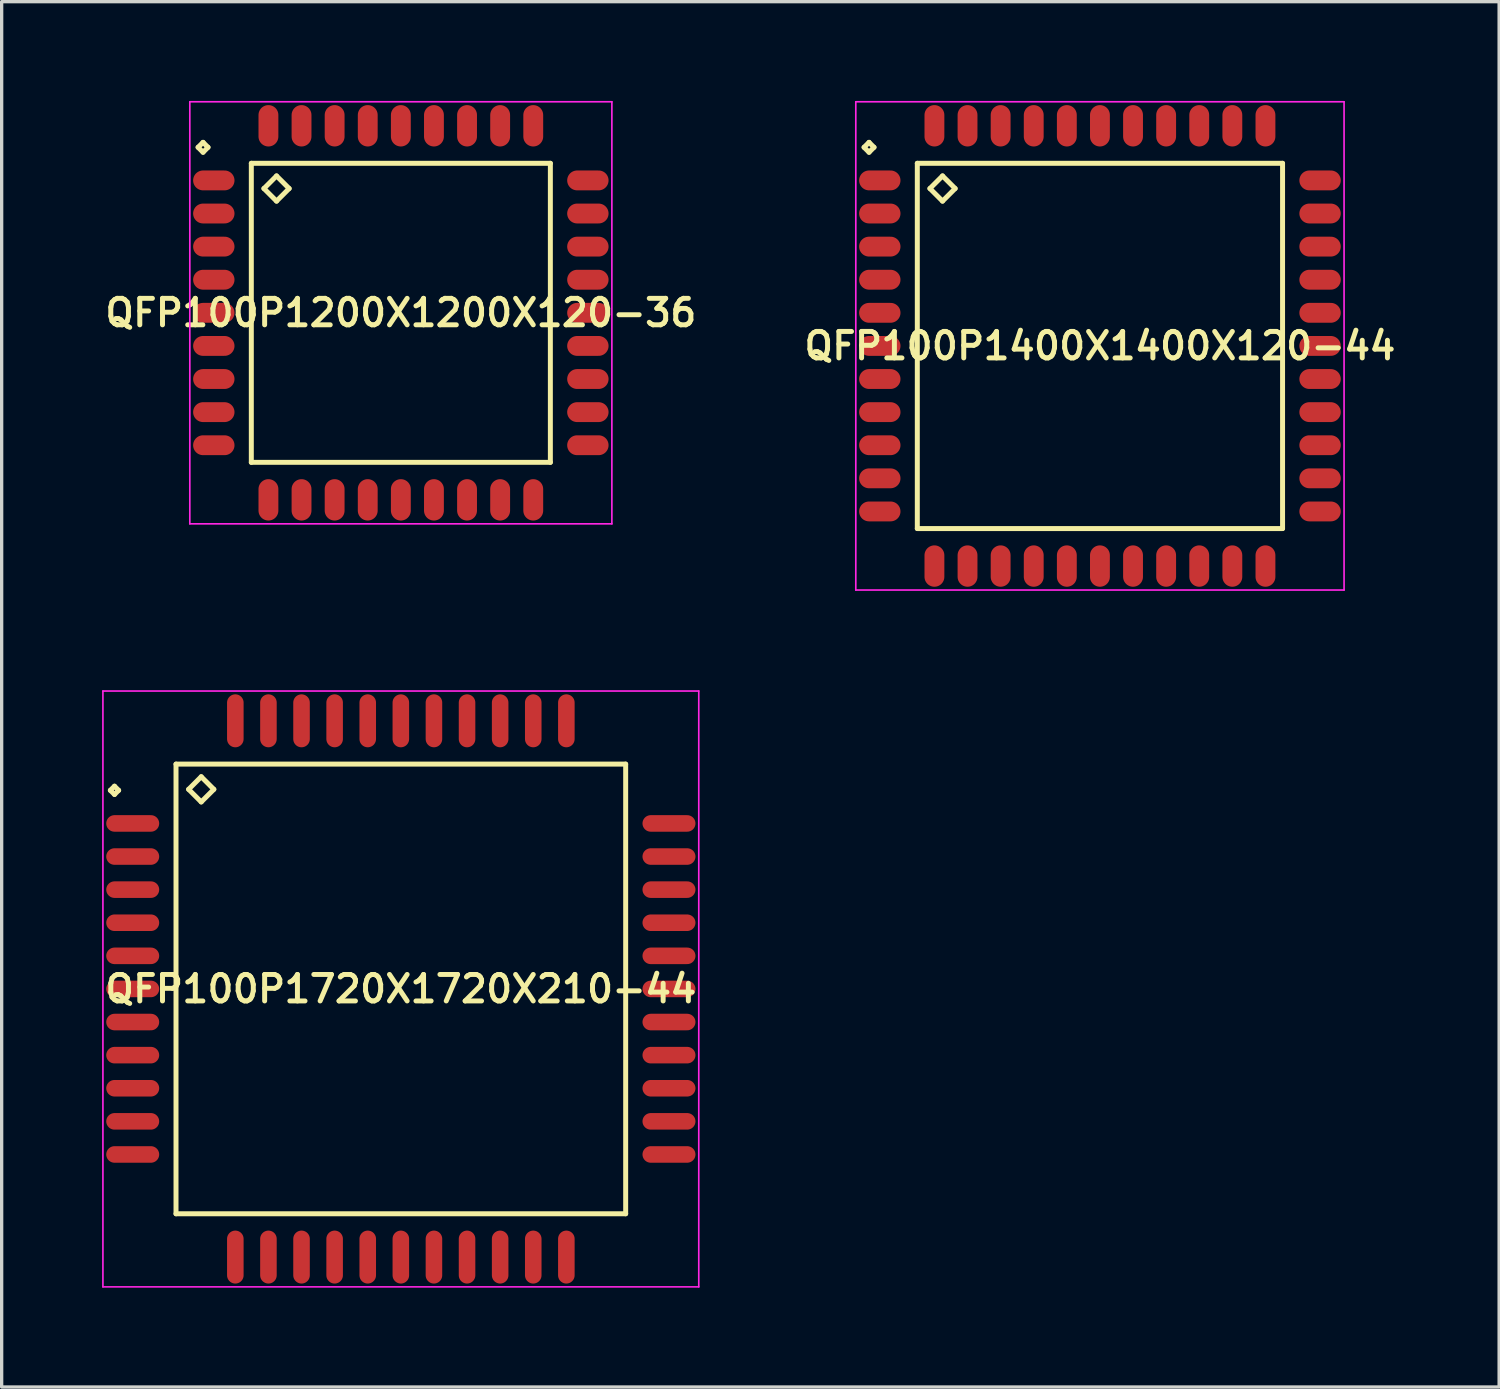
<source format=kicad_pcb>
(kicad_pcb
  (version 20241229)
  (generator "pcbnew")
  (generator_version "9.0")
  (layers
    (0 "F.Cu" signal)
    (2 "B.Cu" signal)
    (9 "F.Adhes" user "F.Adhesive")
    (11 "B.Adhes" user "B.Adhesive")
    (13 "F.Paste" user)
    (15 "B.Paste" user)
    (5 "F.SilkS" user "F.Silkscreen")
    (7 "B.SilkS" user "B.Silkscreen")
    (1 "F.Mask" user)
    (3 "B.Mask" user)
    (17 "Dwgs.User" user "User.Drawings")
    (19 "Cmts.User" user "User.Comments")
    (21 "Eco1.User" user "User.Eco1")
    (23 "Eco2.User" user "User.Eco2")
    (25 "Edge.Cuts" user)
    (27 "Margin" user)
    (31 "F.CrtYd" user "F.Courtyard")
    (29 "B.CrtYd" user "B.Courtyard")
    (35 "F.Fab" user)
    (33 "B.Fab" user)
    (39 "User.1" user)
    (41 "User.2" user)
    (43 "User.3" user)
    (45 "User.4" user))
  (footprint "QFP100P1720X1720X210-44"
    (layer "F.Cu")
    (at 9.059 26.825)
    (property "Reference" "QFP100P1720X1720X210-44" (at 0 0 0) (layer "F.SilkS") (effects (font (size 0.8 0.8) (thickness 0.15))))
    (attr smd)
    (fp_line (start -8.775 -6) (end -8.65 -6.125) (stroke (width 0.15) (type solid)) (layer "F.SilkS"))
    (fp_line (start -8.65 -6.125) (end -8.525 -6) (stroke (width 0.15) (type solid)) (layer "F.SilkS"))
    (fp_line (start -8.65 -5.875) (end -8.775 -6) (stroke (width 0.15) (type solid)) (layer "F.SilkS"))
    (fp_line (start -8.525 -6) (end -8.65 -5.875) (stroke (width 0.15) (type solid)) (layer "F.SilkS"))
    (fp_line (start -6.792 -6.792) (end -6.792 6.792) (stroke (width 0.15) (type solid)) (layer "F.SilkS"))
    (fp_line (start -6.792 6.792) (end 6.792 6.792) (stroke (width 0.15) (type solid)) (layer "F.SilkS"))
    (fp_line (start -6.411 -6.03) (end -6.03 -6.411) (stroke (width 0.15) (type solid)) (layer "F.SilkS"))
    (fp_line (start -6.03 -6.411) (end -5.649 -6.03) (stroke (width 0.15) (type solid)) (layer "F.SilkS"))
    (fp_line (start -6.03 -5.649) (end -6.411 -6.03) (stroke (width 0.15) (type solid)) (layer "F.SilkS"))
    (fp_line (start -5.649 -6.03) (end -6.03 -5.649) (stroke (width 0.15) (type solid)) (layer "F.SilkS"))
    (fp_line (start 6.792 -6.792) (end -6.792 -6.792) (stroke (width 0.15) (type solid)) (layer "F.SilkS"))
    (fp_line (start 6.792 6.792) (end 6.792 -6.792) (stroke (width 0.15) (type solid)) (layer "F.SilkS"))
    (fp_line (start -9 -9) (end 9 -9) (stroke (width 0.05) (type solid)) (layer "F.CrtYd"))
    (fp_line (start -9 9) (end -9 -9) (stroke (width 0.05) (type solid)) (layer "F.CrtYd"))
    (fp_line (start 9 -9) (end 9 9) (stroke (width 0.05) (type solid)) (layer "F.CrtYd"))
    (fp_line (start 9 9) (end -9 9) (stroke (width 0.05) (type solid)) (layer "F.CrtYd"))
    (pad "1" smd oval (at -8.1 -5) (size 1.6 0.5) (layers "F.Cu" "F.Mask" "F.Paste"))
    (pad "2" smd oval (at -8.1 -4) (size 1.6 0.5) (layers "F.Cu" "F.Mask" "F.Paste"))
    (pad "3" smd oval (at -8.1 -3) (size 1.6 0.5) (layers "F.Cu" "F.Mask" "F.Paste"))
    (pad "4" smd oval (at -8.1 -2) (size 1.6 0.5) (layers "F.Cu" "F.Mask" "F.Paste"))
    (pad "5" smd oval (at -8.1 -1) (size 1.6 0.5) (layers "F.Cu" "F.Mask" "F.Paste"))
    (pad "6" smd oval (at -8.1 0) (size 1.6 0.5) (layers "F.Cu" "F.Mask" "F.Paste"))
    (pad "7" smd oval (at -8.1 1) (size 1.6 0.5) (layers "F.Cu" "F.Mask" "F.Paste"))
    (pad "8" smd oval (at -8.1 2) (size 1.6 0.5) (layers "F.Cu" "F.Mask" "F.Paste"))
    (pad "9" smd oval (at -8.1 3) (size 1.6 0.5) (layers "F.Cu" "F.Mask" "F.Paste"))
    (pad "10" smd oval (at -8.1 4) (size 1.6 0.5) (layers "F.Cu" "F.Mask" "F.Paste"))
    (pad "11" smd oval (at -8.1 5) (size 1.6 0.5) (layers "F.Cu" "F.Mask" "F.Paste"))
    (pad "12" smd oval (at -5 8.1) (size 0.5 1.6) (layers "F.Cu" "F.Mask" "F.Paste"))
    (pad "13" smd oval (at -4 8.1) (size 0.5 1.6) (layers "F.Cu" "F.Mask" "F.Paste"))
    (pad "14" smd oval (at -3 8.1) (size 0.5 1.6) (layers "F.Cu" "F.Mask" "F.Paste"))
    (pad "15" smd oval (at -2 8.1) (size 0.5 1.6) (layers "F.Cu" "F.Mask" "F.Paste"))
    (pad "16" smd oval (at -1 8.1) (size 0.5 1.6) (layers "F.Cu" "F.Mask" "F.Paste"))
    (pad "17" smd oval (at 0 8.1) (size 0.5 1.6) (layers "F.Cu" "F.Mask" "F.Paste"))
    (pad "18" smd oval (at 1 8.1) (size 0.5 1.6) (layers "F.Cu" "F.Mask" "F.Paste"))
    (pad "19" smd oval (at 2 8.1) (size 0.5 1.6) (layers "F.Cu" "F.Mask" "F.Paste"))
    (pad "20" smd oval (at 3 8.1) (size 0.5 1.6) (layers "F.Cu" "F.Mask" "F.Paste"))
    (pad "21" smd oval (at 4 8.1) (size 0.5 1.6) (layers "F.Cu" "F.Mask" "F.Paste"))
    (pad "22" smd oval (at 5 8.1) (size 0.5 1.6) (layers "F.Cu" "F.Mask" "F.Paste"))
    (pad "23" smd oval (at 8.1 5) (size 1.6 0.5) (layers "F.Cu" "F.Mask" "F.Paste"))
    (pad "24" smd oval (at 8.1 4) (size 1.6 0.5) (layers "F.Cu" "F.Mask" "F.Paste"))
    (pad "25" smd oval (at 8.1 3) (size 1.6 0.5) (layers "F.Cu" "F.Mask" "F.Paste"))
    (pad "26" smd oval (at 8.1 2) (size 1.6 0.5) (layers "F.Cu" "F.Mask" "F.Paste"))
    (pad "27" smd oval (at 8.1 1) (size 1.6 0.5) (layers "F.Cu" "F.Mask" "F.Paste"))
    (pad "28" smd oval (at 8.1 0) (size 1.6 0.5) (layers "F.Cu" "F.Mask" "F.Paste"))
    (pad "29" smd oval (at 8.1 -1) (size 1.6 0.5) (layers "F.Cu" "F.Mask" "F.Paste"))
    (pad "30" smd oval (at 8.1 -2) (size 1.6 0.5) (layers "F.Cu" "F.Mask" "F.Paste"))
    (pad "31" smd oval (at 8.1 -3) (size 1.6 0.5) (layers "F.Cu" "F.Mask" "F.Paste"))
    (pad "32" smd oval (at 8.1 -4) (size 1.6 0.5) (layers "F.Cu" "F.Mask" "F.Paste"))
    (pad "33" smd oval (at 8.1 -5) (size 1.6 0.5) (layers "F.Cu" "F.Mask" "F.Paste"))
    (pad "34" smd oval (at 5 -8.1) (size 0.5 1.6) (layers "F.Cu" "F.Mask" "F.Paste"))
    (pad "35" smd oval (at 4 -8.1) (size 0.5 1.6) (layers "F.Cu" "F.Mask" "F.Paste"))
    (pad "36" smd oval (at 3 -8.1) (size 0.5 1.6) (layers "F.Cu" "F.Mask" "F.Paste"))
    (pad "37" smd oval (at 2 -8.1) (size 0.5 1.6) (layers "F.Cu" "F.Mask" "F.Paste"))
    (pad "38" smd oval (at 1 -8.1) (size 0.5 1.6) (layers "F.Cu" "F.Mask" "F.Paste"))
    (pad "39" smd oval (at 0 -8.1) (size 0.5 1.6) (layers "F.Cu" "F.Mask" "F.Paste"))
    (pad "40" smd oval (at -1 -8.1) (size 0.5 1.6) (layers "F.Cu" "F.Mask" "F.Paste"))
    (pad "41" smd oval (at -2 -8.1) (size 0.5 1.6) (layers "F.Cu" "F.Mask" "F.Paste"))
    (pad "42" smd oval (at -3 -8.1) (size 0.5 1.6) (layers "F.Cu" "F.Mask" "F.Paste"))
    (pad "43" smd oval (at -4 -8.1) (size 0.5 1.6) (layers "F.Cu" "F.Mask" "F.Paste"))
    (pad "44" smd oval (at -5 -8.1) (size 0.5 1.6) (layers "F.Cu" "F.Mask" "F.Paste")))
  (footprint "QFP100P1400X1400X120-44"
    (layer "F.Cu")
    (at 30.178 7.4)
    (property "Reference" "QFP100P1400X1400X120-44" (at 0 0 0) (layer "F.SilkS") (effects (font (size 0.8 0.8) (thickness 0.15))))
    (attr smd)
    (fp_line (start -7.125 -6) (end -6.975 -6.15) (stroke (width 0.15) (type solid)) (layer "F.SilkS"))
    (fp_line (start -6.975 -6.15) (end -6.825 -6) (stroke (width 0.15) (type solid)) (layer "F.SilkS"))
    (fp_line (start -6.975 -5.85) (end -7.125 -6) (stroke (width 0.15) (type solid)) (layer "F.SilkS"))
    (fp_line (start -6.825 -6) (end -6.975 -5.85) (stroke (width 0.15) (type solid)) (layer "F.SilkS"))
    (fp_line (start -5.517 -5.517) (end -5.517 5.517) (stroke (width 0.15) (type solid)) (layer "F.SilkS"))
    (fp_line (start -5.517 5.517) (end 5.517 5.517) (stroke (width 0.15) (type solid)) (layer "F.SilkS"))
    (fp_line (start -5.136 -4.755) (end -4.755 -5.136) (stroke (width 0.15) (type solid)) (layer "F.SilkS"))
    (fp_line (start -4.755 -5.136) (end -4.374 -4.755) (stroke (width 0.15) (type solid)) (layer "F.SilkS"))
    (fp_line (start -4.755 -4.374) (end -5.136 -4.755) (stroke (width 0.15) (type solid)) (layer "F.SilkS"))
    (fp_line (start -4.374 -4.755) (end -4.755 -4.374) (stroke (width 0.15) (type solid)) (layer "F.SilkS"))
    (fp_line (start 5.517 -5.517) (end -5.517 -5.517) (stroke (width 0.15) (type solid)) (layer "F.SilkS"))
    (fp_line (start 5.517 5.517) (end 5.517 -5.517) (stroke (width 0.15) (type solid)) (layer "F.SilkS"))
    (fp_line (start -7.375 -7.375) (end 7.375 -7.375) (stroke (width 0.05) (type solid)) (layer "F.CrtYd"))
    (fp_line (start -7.375 7.375) (end -7.375 -7.375) (stroke (width 0.05) (type solid)) (layer "F.CrtYd"))
    (fp_line (start 7.375 -7.375) (end 7.375 7.375) (stroke (width 0.05) (type solid)) (layer "F.CrtYd"))
    (fp_line (start 7.375 7.375) (end -7.375 7.375) (stroke (width 0.05) (type solid)) (layer "F.CrtYd"))
    (pad "1" smd oval (at -6.65 -5) (size 1.25 0.6) (layers "F.Cu" "F.Mask" "F.Paste"))
    (pad "2" smd oval (at -6.65 -4) (size 1.25 0.6) (layers "F.Cu" "F.Mask" "F.Paste"))
    (pad "3" smd oval (at -6.65 -3) (size 1.25 0.6) (layers "F.Cu" "F.Mask" "F.Paste"))
    (pad "4" smd oval (at -6.65 -2) (size 1.25 0.6) (layers "F.Cu" "F.Mask" "F.Paste"))
    (pad "5" smd oval (at -6.65 -1) (size 1.25 0.6) (layers "F.Cu" "F.Mask" "F.Paste"))
    (pad "6" smd oval (at -6.65 0) (size 1.25 0.6) (layers "F.Cu" "F.Mask" "F.Paste"))
    (pad "7" smd oval (at -6.65 1) (size 1.25 0.6) (layers "F.Cu" "F.Mask" "F.Paste"))
    (pad "8" smd oval (at -6.65 2) (size 1.25 0.6) (layers "F.Cu" "F.Mask" "F.Paste"))
    (pad "9" smd oval (at -6.65 3) (size 1.25 0.6) (layers "F.Cu" "F.Mask" "F.Paste"))
    (pad "10" smd oval (at -6.65 4) (size 1.25 0.6) (layers "F.Cu" "F.Mask" "F.Paste"))
    (pad "11" smd oval (at -6.65 5) (size 1.25 0.6) (layers "F.Cu" "F.Mask" "F.Paste"))
    (pad "12" smd oval (at -5 6.65) (size 0.6 1.25) (layers "F.Cu" "F.Mask" "F.Paste"))
    (pad "13" smd oval (at -4 6.65) (size 0.6 1.25) (layers "F.Cu" "F.Mask" "F.Paste"))
    (pad "14" smd oval (at -3 6.65) (size 0.6 1.25) (layers "F.Cu" "F.Mask" "F.Paste"))
    (pad "15" smd oval (at -2 6.65) (size 0.6 1.25) (layers "F.Cu" "F.Mask" "F.Paste"))
    (pad "16" smd oval (at -1 6.65) (size 0.6 1.25) (layers "F.Cu" "F.Mask" "F.Paste"))
    (pad "17" smd oval (at 0 6.65) (size 0.6 1.25) (layers "F.Cu" "F.Mask" "F.Paste"))
    (pad "18" smd oval (at 1 6.65) (size 0.6 1.25) (layers "F.Cu" "F.Mask" "F.Paste"))
    (pad "19" smd oval (at 2 6.65) (size 0.6 1.25) (layers "F.Cu" "F.Mask" "F.Paste"))
    (pad "20" smd oval (at 3 6.65) (size 0.6 1.25) (layers "F.Cu" "F.Mask" "F.Paste"))
    (pad "21" smd oval (at 4 6.65) (size 0.6 1.25) (layers "F.Cu" "F.Mask" "F.Paste"))
    (pad "22" smd oval (at 5 6.65) (size 0.6 1.25) (layers "F.Cu" "F.Mask" "F.Paste"))
    (pad "23" smd oval (at 6.65 5) (size 1.25 0.6) (layers "F.Cu" "F.Mask" "F.Paste"))
    (pad "24" smd oval (at 6.65 4) (size 1.25 0.6) (layers "F.Cu" "F.Mask" "F.Paste"))
    (pad "25" smd oval (at 6.65 3) (size 1.25 0.6) (layers "F.Cu" "F.Mask" "F.Paste"))
    (pad "26" smd oval (at 6.65 2) (size 1.25 0.6) (layers "F.Cu" "F.Mask" "F.Paste"))
    (pad "27" smd oval (at 6.65 1) (size 1.25 0.6) (layers "F.Cu" "F.Mask" "F.Paste"))
    (pad "28" smd oval (at 6.65 0) (size 1.25 0.6) (layers "F.Cu" "F.Mask" "F.Paste"))
    (pad "29" smd oval (at 6.65 -1) (size 1.25 0.6) (layers "F.Cu" "F.Mask" "F.Paste"))
    (pad "30" smd oval (at 6.65 -2) (size 1.25 0.6) (layers "F.Cu" "F.Mask" "F.Paste"))
    (pad "31" smd oval (at 6.65 -3) (size 1.25 0.6) (layers "F.Cu" "F.Mask" "F.Paste"))
    (pad "32" smd oval (at 6.65 -4) (size 1.25 0.6) (layers "F.Cu" "F.Mask" "F.Paste"))
    (pad "33" smd oval (at 6.65 -5) (size 1.25 0.6) (layers "F.Cu" "F.Mask" "F.Paste"))
    (pad "34" smd oval (at 5 -6.65) (size 0.6 1.25) (layers "F.Cu" "F.Mask" "F.Paste"))
    (pad "35" smd oval (at 4 -6.65) (size 0.6 1.25) (layers "F.Cu" "F.Mask" "F.Paste"))
    (pad "36" smd oval (at 3 -6.65) (size 0.6 1.25) (layers "F.Cu" "F.Mask" "F.Paste"))
    (pad "37" smd oval (at 2 -6.65) (size 0.6 1.25) (layers "F.Cu" "F.Mask" "F.Paste"))
    (pad "38" smd oval (at 1 -6.65) (size 0.6 1.25) (layers "F.Cu" "F.Mask" "F.Paste"))
    (pad "39" smd oval (at 0 -6.65) (size 0.6 1.25) (layers "F.Cu" "F.Mask" "F.Paste"))
    (pad "40" smd oval (at -1 -6.65) (size 0.6 1.25) (layers "F.Cu" "F.Mask" "F.Paste"))
    (pad "41" smd oval (at -2 -6.65) (size 0.6 1.25) (layers "F.Cu" "F.Mask" "F.Paste"))
    (pad "42" smd oval (at -3 -6.65) (size 0.6 1.25) (layers "F.Cu" "F.Mask" "F.Paste"))
    (pad "43" smd oval (at -4 -6.65) (size 0.6 1.25) (layers "F.Cu" "F.Mask" "F.Paste"))
    (pad "44" smd oval (at -5 -6.65) (size 0.6 1.25) (layers "F.Cu" "F.Mask" "F.Paste")))
  (footprint "QFP100P1200X1200X120-36"
    (layer "F.Cu")
    (at 9.059 6.4)
    (property "Reference" "QFP100P1200X1200X120-36" (at 0 0 0) (layer "F.SilkS") (effects (font (size 0.8 0.8) (thickness 0.15))))
    (attr smd)
    (fp_line (start -6.125 -5) (end -5.975 -5.15) (stroke (width 0.15) (type solid)) (layer "F.SilkS"))
    (fp_line (start -5.975 -5.15) (end -5.825 -5) (stroke (width 0.15) (type solid)) (layer "F.SilkS"))
    (fp_line (start -5.975 -4.85) (end -6.125 -5) (stroke (width 0.15) (type solid)) (layer "F.SilkS"))
    (fp_line (start -5.825 -5) (end -5.975 -4.85) (stroke (width 0.15) (type solid)) (layer "F.SilkS"))
    (fp_line (start -4.517 -4.517) (end -4.517 4.517) (stroke (width 0.15) (type solid)) (layer "F.SilkS"))
    (fp_line (start -4.517 4.517) (end 4.517 4.517) (stroke (width 0.15) (type solid)) (layer "F.SilkS"))
    (fp_line (start -4.136 -3.755) (end -3.755 -4.136) (stroke (width 0.15) (type solid)) (layer "F.SilkS"))
    (fp_line (start -3.755 -4.136) (end -3.374 -3.755) (stroke (width 0.15) (type solid)) (layer "F.SilkS"))
    (fp_line (start -3.755 -3.374) (end -4.136 -3.755) (stroke (width 0.15) (type solid)) (layer "F.SilkS"))
    (fp_line (start -3.374 -3.755) (end -3.755 -3.374) (stroke (width 0.15) (type solid)) (layer "F.SilkS"))
    (fp_line (start 4.517 -4.517) (end -4.517 -4.517) (stroke (width 0.15) (type solid)) (layer "F.SilkS"))
    (fp_line (start 4.517 4.517) (end 4.517 -4.517) (stroke (width 0.15) (type solid)) (layer "F.SilkS"))
    (fp_line (start -6.375 -6.375) (end 6.375 -6.375) (stroke (width 0.05) (type solid)) (layer "F.CrtYd"))
    (fp_line (start -6.375 6.375) (end -6.375 -6.375) (stroke (width 0.05) (type solid)) (layer "F.CrtYd"))
    (fp_line (start 6.375 -6.375) (end 6.375 6.375) (stroke (width 0.05) (type solid)) (layer "F.CrtYd"))
    (fp_line (start 6.375 6.375) (end -6.375 6.375) (stroke (width 0.05) (type solid)) (layer "F.CrtYd"))
    (pad "1" smd oval (at -5.65 -4) (size 1.25 0.6) (layers "F.Cu" "F.Mask" "F.Paste"))
    (pad "2" smd oval (at -5.65 -3) (size 1.25 0.6) (layers "F.Cu" "F.Mask" "F.Paste"))
    (pad "3" smd oval (at -5.65 -2) (size 1.25 0.6) (layers "F.Cu" "F.Mask" "F.Paste"))
    (pad "4" smd oval (at -5.65 -1) (size 1.25 0.6) (layers "F.Cu" "F.Mask" "F.Paste"))
    (pad "5" smd oval (at -5.65 0) (size 1.25 0.6) (layers "F.Cu" "F.Mask" "F.Paste"))
    (pad "6" smd oval (at -5.65 1) (size 1.25 0.6) (layers "F.Cu" "F.Mask" "F.Paste"))
    (pad "7" smd oval (at -5.65 2) (size 1.25 0.6) (layers "F.Cu" "F.Mask" "F.Paste"))
    (pad "8" smd oval (at -5.65 3) (size 1.25 0.6) (layers "F.Cu" "F.Mask" "F.Paste"))
    (pad "9" smd oval (at -5.65 4) (size 1.25 0.6) (layers "F.Cu" "F.Mask" "F.Paste"))
    (pad "10" smd oval (at -4 5.65) (size 0.6 1.25) (layers "F.Cu" "F.Mask" "F.Paste"))
    (pad "11" smd oval (at -3 5.65) (size 0.6 1.25) (layers "F.Cu" "F.Mask" "F.Paste"))
    (pad "12" smd oval (at -2 5.65) (size 0.6 1.25) (layers "F.Cu" "F.Mask" "F.Paste"))
    (pad "13" smd oval (at -1 5.65) (size 0.6 1.25) (layers "F.Cu" "F.Mask" "F.Paste"))
    (pad "14" smd oval (at 0 5.65) (size 0.6 1.25) (layers "F.Cu" "F.Mask" "F.Paste"))
    (pad "15" smd oval (at 1 5.65) (size 0.6 1.25) (layers "F.Cu" "F.Mask" "F.Paste"))
    (pad "16" smd oval (at 2 5.65) (size 0.6 1.25) (layers "F.Cu" "F.Mask" "F.Paste"))
    (pad "17" smd oval (at 3 5.65) (size 0.6 1.25) (layers "F.Cu" "F.Mask" "F.Paste"))
    (pad "18" smd oval (at 4 5.65) (size 0.6 1.25) (layers "F.Cu" "F.Mask" "F.Paste"))
    (pad "19" smd oval (at 5.65 4) (size 1.25 0.6) (layers "F.Cu" "F.Mask" "F.Paste"))
    (pad "20" smd oval (at 5.65 3) (size 1.25 0.6) (layers "F.Cu" "F.Mask" "F.Paste"))
    (pad "21" smd oval (at 5.65 2) (size 1.25 0.6) (layers "F.Cu" "F.Mask" "F.Paste"))
    (pad "22" smd oval (at 5.65 1) (size 1.25 0.6) (layers "F.Cu" "F.Mask" "F.Paste"))
    (pad "23" smd oval (at 5.65 0) (size 1.25 0.6) (layers "F.Cu" "F.Mask" "F.Paste"))
    (pad "24" smd oval (at 5.65 -1) (size 1.25 0.6) (layers "F.Cu" "F.Mask" "F.Paste"))
    (pad "25" smd oval (at 5.65 -2) (size 1.25 0.6) (layers "F.Cu" "F.Mask" "F.Paste"))
    (pad "26" smd oval (at 5.65 -3) (size 1.25 0.6) (layers "F.Cu" "F.Mask" "F.Paste"))
    (pad "27" smd oval (at 5.65 -4) (size 1.25 0.6) (layers "F.Cu" "F.Mask" "F.Paste"))
    (pad "28" smd oval (at 4 -5.65) (size 0.6 1.25) (layers "F.Cu" "F.Mask" "F.Paste"))
    (pad "29" smd oval (at 3 -5.65) (size 0.6 1.25) (layers "F.Cu" "F.Mask" "F.Paste"))
    (pad "30" smd oval (at 2 -5.65) (size 0.6 1.25) (layers "F.Cu" "F.Mask" "F.Paste"))
    (pad "31" smd oval (at 1 -5.65) (size 0.6 1.25) (layers "F.Cu" "F.Mask" "F.Paste"))
    (pad "32" smd oval (at 0 -5.65) (size 0.6 1.25) (layers "F.Cu" "F.Mask" "F.Paste"))
    (pad "33" smd oval (at -1 -5.65) (size 0.6 1.25) (layers "F.Cu" "F.Mask" "F.Paste"))
    (pad "34" smd oval (at -2 -5.65) (size 0.6 1.25) (layers "F.Cu" "F.Mask" "F.Paste"))
    (pad "35" smd oval (at -3 -5.65) (size 0.6 1.25) (layers "F.Cu" "F.Mask" "F.Paste"))
    (pad "36" smd oval (at -4 -5.65) (size 0.6 1.25) (layers "F.Cu" "F.Mask" "F.Paste")))
  (gr_rect
    (start -3 -3)
    (end 42.237 38.85)
    (stroke (width 0.1) (type default))
    (fill no)
    (layer "Edge.Cuts")))
</source>
